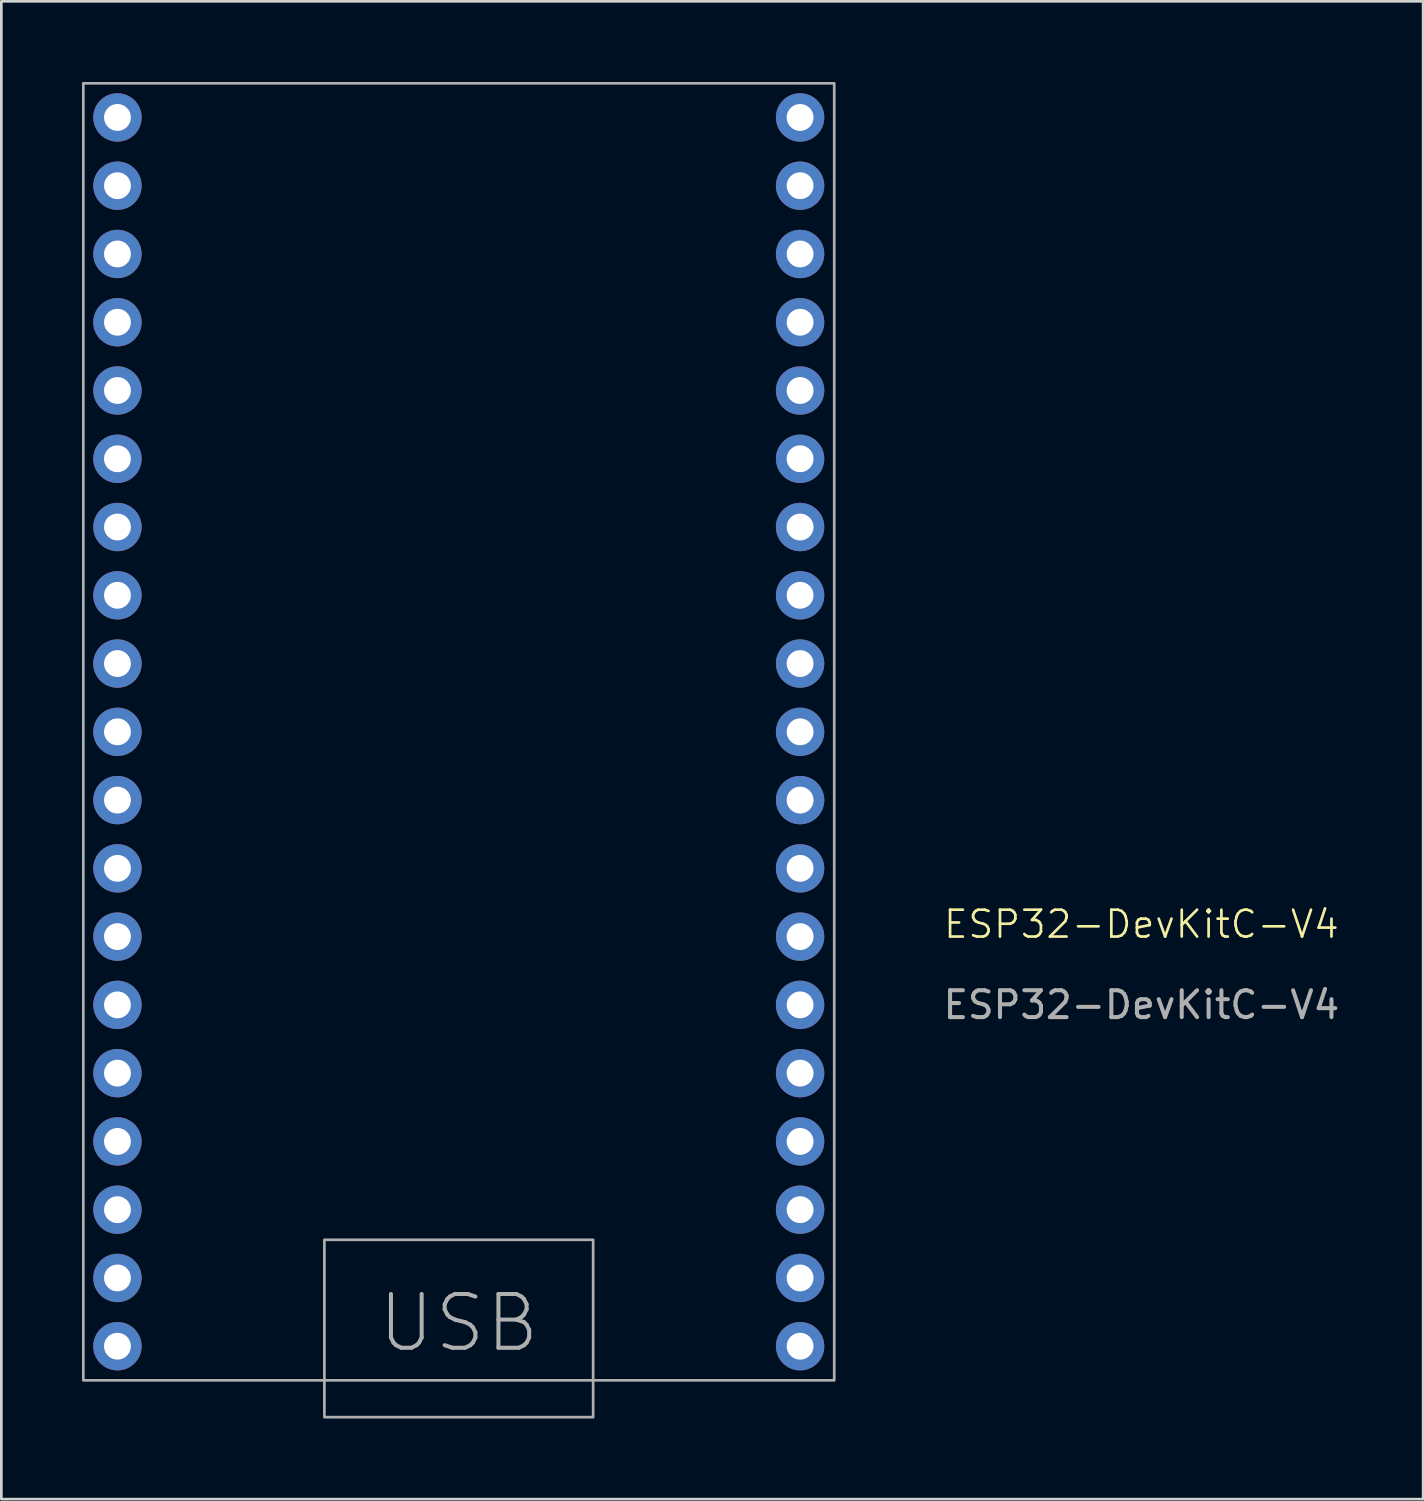
<source format=kicad_pcb>
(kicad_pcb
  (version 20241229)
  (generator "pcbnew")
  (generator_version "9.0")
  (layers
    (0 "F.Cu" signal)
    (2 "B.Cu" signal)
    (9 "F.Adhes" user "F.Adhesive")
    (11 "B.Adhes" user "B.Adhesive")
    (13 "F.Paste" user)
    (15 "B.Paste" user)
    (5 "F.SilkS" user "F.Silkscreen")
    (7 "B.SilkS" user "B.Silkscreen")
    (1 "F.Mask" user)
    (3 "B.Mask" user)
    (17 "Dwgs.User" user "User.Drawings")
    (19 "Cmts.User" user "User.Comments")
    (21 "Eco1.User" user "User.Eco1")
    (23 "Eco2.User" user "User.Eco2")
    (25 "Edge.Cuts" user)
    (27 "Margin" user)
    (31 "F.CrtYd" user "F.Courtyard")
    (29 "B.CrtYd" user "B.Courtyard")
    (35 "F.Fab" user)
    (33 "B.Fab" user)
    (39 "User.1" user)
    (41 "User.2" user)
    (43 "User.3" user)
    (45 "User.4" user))
  (footprint "ESP32-DevKitC-V4"
    (layer "F.Cu")
    (at 14.02 24.18)
    (property "Reference" "ESP32-DevKitC-V4" (at 25.4 7.16 0) (unlocked yes) (layer "F.SilkS") (effects (font (size 1 1) (thickness 0.1))))
    (attr smd)
    (fp_rect (start -13.97 -24.13) (end 13.97 24.13) (stroke (width 0.1) (type default)) (fill no) (layer "F.Fab"))
    (fp_rect (start -5 18.9) (end 5 25.5) (stroke (width 0.1) (type default)) (fill no) (layer "F.Fab"))
    (fp_text user "${REFERENCE}" (at 25.4 10.16 0) (unlocked yes) (layer "F.Fab") (effects (font (size 1 1) (thickness 0.15))))
    (fp_text user "USB" (at 0 22 0) (unlocked yes) (layer "F.Fab") (effects (font (size 2 2) (thickness 0.15))))
    (pad "1" thru_hole circle (at -12.7 -22.86) (size 1.8 1.8) (drill 1) (layers "*.Cu" "*.Mask"))
    (pad "1" thru_hole circle (at -12.7 -20.32) (size 1.8 1.8) (drill 1) (layers "*.Cu" "*.Mask"))
    (pad "1" thru_hole circle (at -12.7 -17.78) (size 1.8 1.8) (drill 1) (layers "*.Cu" "*.Mask"))
    (pad "1" thru_hole circle (at -12.7 -15.24) (size 1.8 1.8) (drill 1) (layers "*.Cu" "*.Mask"))
    (pad "1" thru_hole circle (at -12.7 -12.7) (size 1.8 1.8) (drill 1) (layers "*.Cu" "*.Mask"))
    (pad "1" thru_hole circle (at -12.7 -10.16) (size 1.8 1.8) (drill 1) (layers "*.Cu" "*.Mask"))
    (pad "1" thru_hole circle (at -12.7 -7.62) (size 1.8 1.8) (drill 1) (layers "*.Cu" "*.Mask"))
    (pad "1" thru_hole circle (at -12.7 -5.08) (size 1.8 1.8) (drill 1) (layers "*.Cu" "*.Mask"))
    (pad "1" thru_hole circle (at -12.7 -2.54) (size 1.8 1.8) (drill 1) (layers "*.Cu" "*.Mask"))
    (pad "1" thru_hole circle (at -12.7 0) (size 1.8 1.8) (drill 1) (layers "*.Cu" "*.Mask"))
    (pad "1" thru_hole circle (at -12.7 2.54) (size 1.8 1.8) (drill 1) (layers "*.Cu" "*.Mask"))
    (pad "1" thru_hole circle (at -12.7 5.08) (size 1.8 1.8) (drill 1) (layers "*.Cu" "*.Mask"))
    (pad "1" thru_hole circle (at -12.7 7.62) (size 1.8 1.8) (drill 1) (layers "*.Cu" "*.Mask"))
    (pad "1" thru_hole circle (at -12.7 10.16) (size 1.8 1.8) (drill 1) (layers "*.Cu" "*.Mask"))
    (pad "1" thru_hole circle (at -12.7 12.7) (size 1.8 1.8) (drill 1) (layers "*.Cu" "*.Mask"))
    (pad "1" thru_hole circle (at -12.7 15.24) (size 1.8 1.8) (drill 1) (layers "*.Cu" "*.Mask"))
    (pad "1" thru_hole circle (at -12.7 17.78) (size 1.8 1.8) (drill 1) (layers "*.Cu" "*.Mask"))
    (pad "1" thru_hole circle (at -12.7 20.32) (size 1.8 1.8) (drill 1) (layers "*.Cu" "*.Mask"))
    (pad "1" thru_hole circle (at -12.7 22.86) (size 1.8 1.8) (drill 1) (layers "*.Cu" "*.Mask"))
    (pad "1" thru_hole circle (at 12.7 -22.86 180) (size 1.8 1.8) (drill 1) (layers "*.Cu" "*.Mask"))
    (pad "1" thru_hole circle (at 12.7 -20.32 180) (size 1.8 1.8) (drill 1) (layers "*.Cu" "*.Mask"))
    (pad "1" thru_hole circle (at 12.7 -17.78 180) (size 1.8 1.8) (drill 1) (layers "*.Cu" "*.Mask"))
    (pad "1" thru_hole circle (at 12.7 -15.24 180) (size 1.8 1.8) (drill 1) (layers "*.Cu" "*.Mask"))
    (pad "1" thru_hole circle (at 12.7 -12.7 180) (size 1.8 1.8) (drill 1) (layers "*.Cu" "*.Mask"))
    (pad "1" thru_hole circle (at 12.7 -10.16 180) (size 1.8 1.8) (drill 1) (layers "*.Cu" "*.Mask"))
    (pad "1" thru_hole circle (at 12.7 -7.62 180) (size 1.8 1.8) (drill 1) (layers "*.Cu" "*.Mask"))
    (pad "1" thru_hole circle (at 12.7 -5.08 180) (size 1.8 1.8) (drill 1) (layers "*.Cu" "*.Mask"))
    (pad "1" thru_hole circle (at 12.7 -2.54 180) (size 1.8 1.8) (drill 1) (layers "*.Cu" "*.Mask"))
    (pad "1" thru_hole circle (at 12.7 0 180) (size 1.8 1.8) (drill 1) (layers "*.Cu" "*.Mask"))
    (pad "1" thru_hole circle (at 12.7 2.54 180) (size 1.8 1.8) (drill 1) (layers "*.Cu" "*.Mask"))
    (pad "1" thru_hole circle (at 12.7 5.08 180) (size 1.8 1.8) (drill 1) (layers "*.Cu" "*.Mask"))
    (pad "1" thru_hole circle (at 12.7 7.62 180) (size 1.8 1.8) (drill 1) (layers "*.Cu" "*.Mask"))
    (pad "1" thru_hole circle (at 12.7 10.16 180) (size 1.8 1.8) (drill 1) (layers "*.Cu" "*.Mask"))
    (pad "1" thru_hole circle (at 12.7 12.7 180) (size 1.8 1.8) (drill 1) (layers "*.Cu" "*.Mask"))
    (pad "1" thru_hole circle (at 12.7 15.24 180) (size 1.8 1.8) (drill 1) (layers "*.Cu" "*.Mask"))
    (pad "1" thru_hole circle (at 12.7 17.78 180) (size 1.8 1.8) (drill 1) (layers "*.Cu" "*.Mask"))
    (pad "1" thru_hole circle (at 12.7 20.32 180) (size 1.8 1.8) (drill 1) (layers "*.Cu" "*.Mask"))
    (pad "1" thru_hole circle (at 12.7 22.86 180) (size 1.8 1.8) (drill 1) (layers "*.Cu" "*.Mask")))
  (gr_rect
    (start -3 -3)
    (end 49.902 52.73)
    (stroke (width 0.1) (type default))
    (fill no)
    (layer "Edge.Cuts")))
</source>
